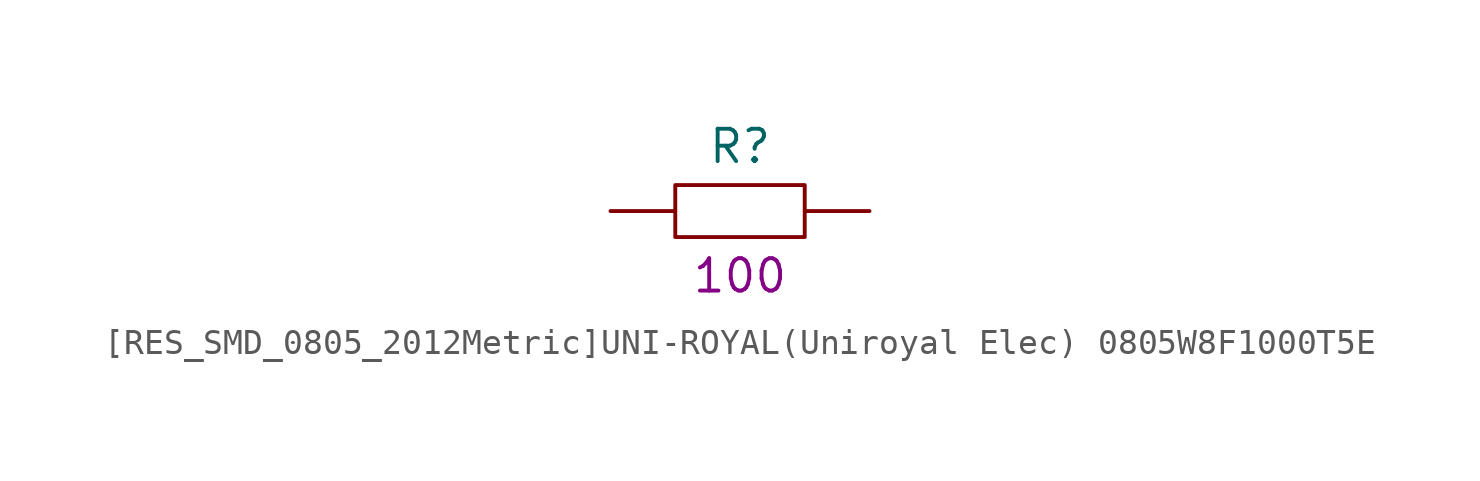
<source format=kicad_sym>
(kicad_symbol_lib
  (version 20231120)
  (generator "kicad_symbol_editor")
  (generator_version "8.0")
  (symbol "[RES_SMD_0805_2012Metric]UNI-ROYAL(Uniroyal Elec) 0805W8F1000T5E"
    (pin_numbers hide)
    (property "Reference" "R"
      (at 0 2.54 0)
      (effects (font (size 1.27 1.27))))
    (property "Nvalue" "100"
      (at 0 -2.54 0)
      (effects (font (size 1.27 1.27))))
    (symbol "[RES_SMD_0805_2012Metric]UNI-ROYAL(Uniroyal Elec) 0805W8F1000T5E_1_1"
      (rectangle (start -2.54 1.02) (end 2.54 -1.02) (stroke (width 0) (type default)) (fill (type none)))
      (pin passive line (at -5.08 0 0) (length 2.54) (name "~" (effects (font (size 1.27 1.27)))) (number "1" (effects (font (size 1.27 1.27)))))
      (pin passive line (at 5.08 0 180) (length 2.54) (name "~" (effects (font (size 1.27 1.27)))) (number "2" (effects (font (size 1.27 1.27))))))))
</source>
